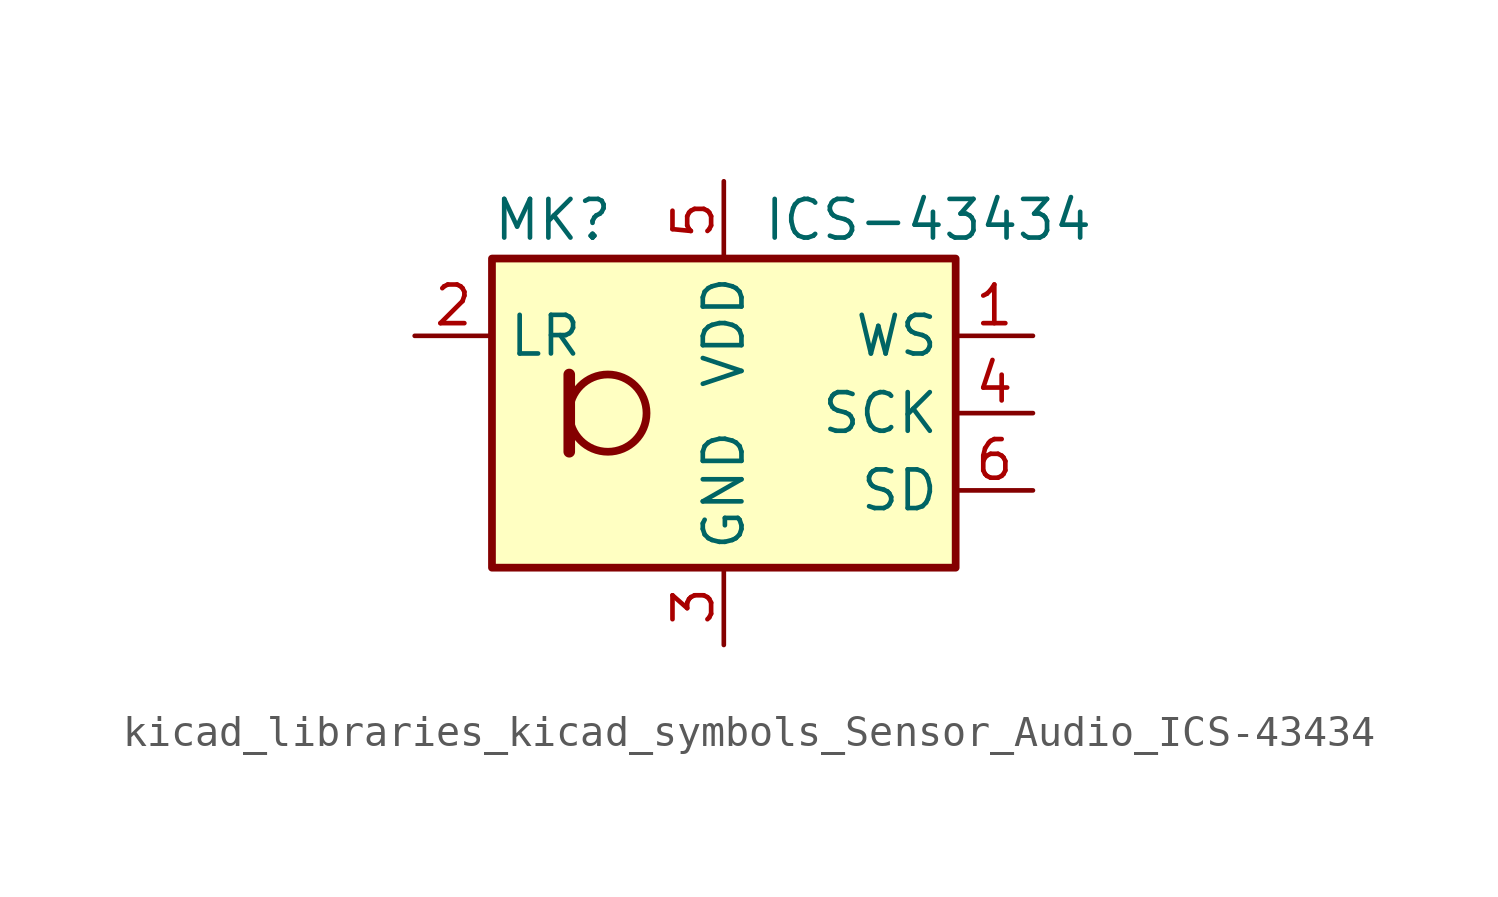
<source format=kicad_sym>
(kicad_symbol_lib
  (version 20220914)
  (generator kicad_symbol_editor)
  (symbol "kicad_libraries_kicad_symbols_Sensor_Audio_ICS-43434"
    (property "Reference" "MK"
      (at -7.62 6.35 0)
      (effects (font (size 1.27 1.27)) (justify left)))
    (property "Value" "ICS-43434"
      (at 1.27 6.35 0)
      (effects (font (size 1.27 1.27)) (justify left)))
    (symbol "kicad_libraries_kicad_symbols_Sensor_Audio_ICS-43434_1_1"
      (rectangle (start -7.62 5.08) (end 7.62 -5.08) (stroke (width 0.254) (type default)) (fill (type background)))
      (circle (center -3.81 0) (radius 1.27) (stroke (width 0.254) (type default)) (fill (type none)))
      (polyline (pts (xy -5.08 1.27) (xy -5.08 -1.27)) (stroke (width 0.381) (type default)) (fill (type none)))
      (pin input line (at 10.16 2.54 180) (length 2.54) (name "WS" (effects (font (size 1.27 1.27)))) (number "1" (effects (font (size 1.27 1.27)))))
      (pin input line (at -10.16 2.54 0) (length 2.54) (name "LR" (effects (font (size 1.27 1.27)))) (number "2" (effects (font (size 1.27 1.27)))))
      (pin power_in line (at 0 -7.62 90) (length 2.54) (name "GND" (effects (font (size 1.27 1.27)))) (number "3" (effects (font (size 1.27 1.27)))))
      (pin input line (at 10.16 0 180) (length 2.54) (name "SCK" (effects (font (size 1.27 1.27)))) (number "4" (effects (font (size 1.27 1.27)))))
      (pin power_in line (at 0 7.62 270) (length 2.54) (name "VDD" (effects (font (size 1.27 1.27)))) (number "5" (effects (font (size 1.27 1.27)))))
      (pin output line (at 10.16 -2.54 180) (length 2.54) (name "SD" (effects (font (size 1.27 1.27)))) (number "6" (effects (font (size 1.27 1.27))))))))
</source>
